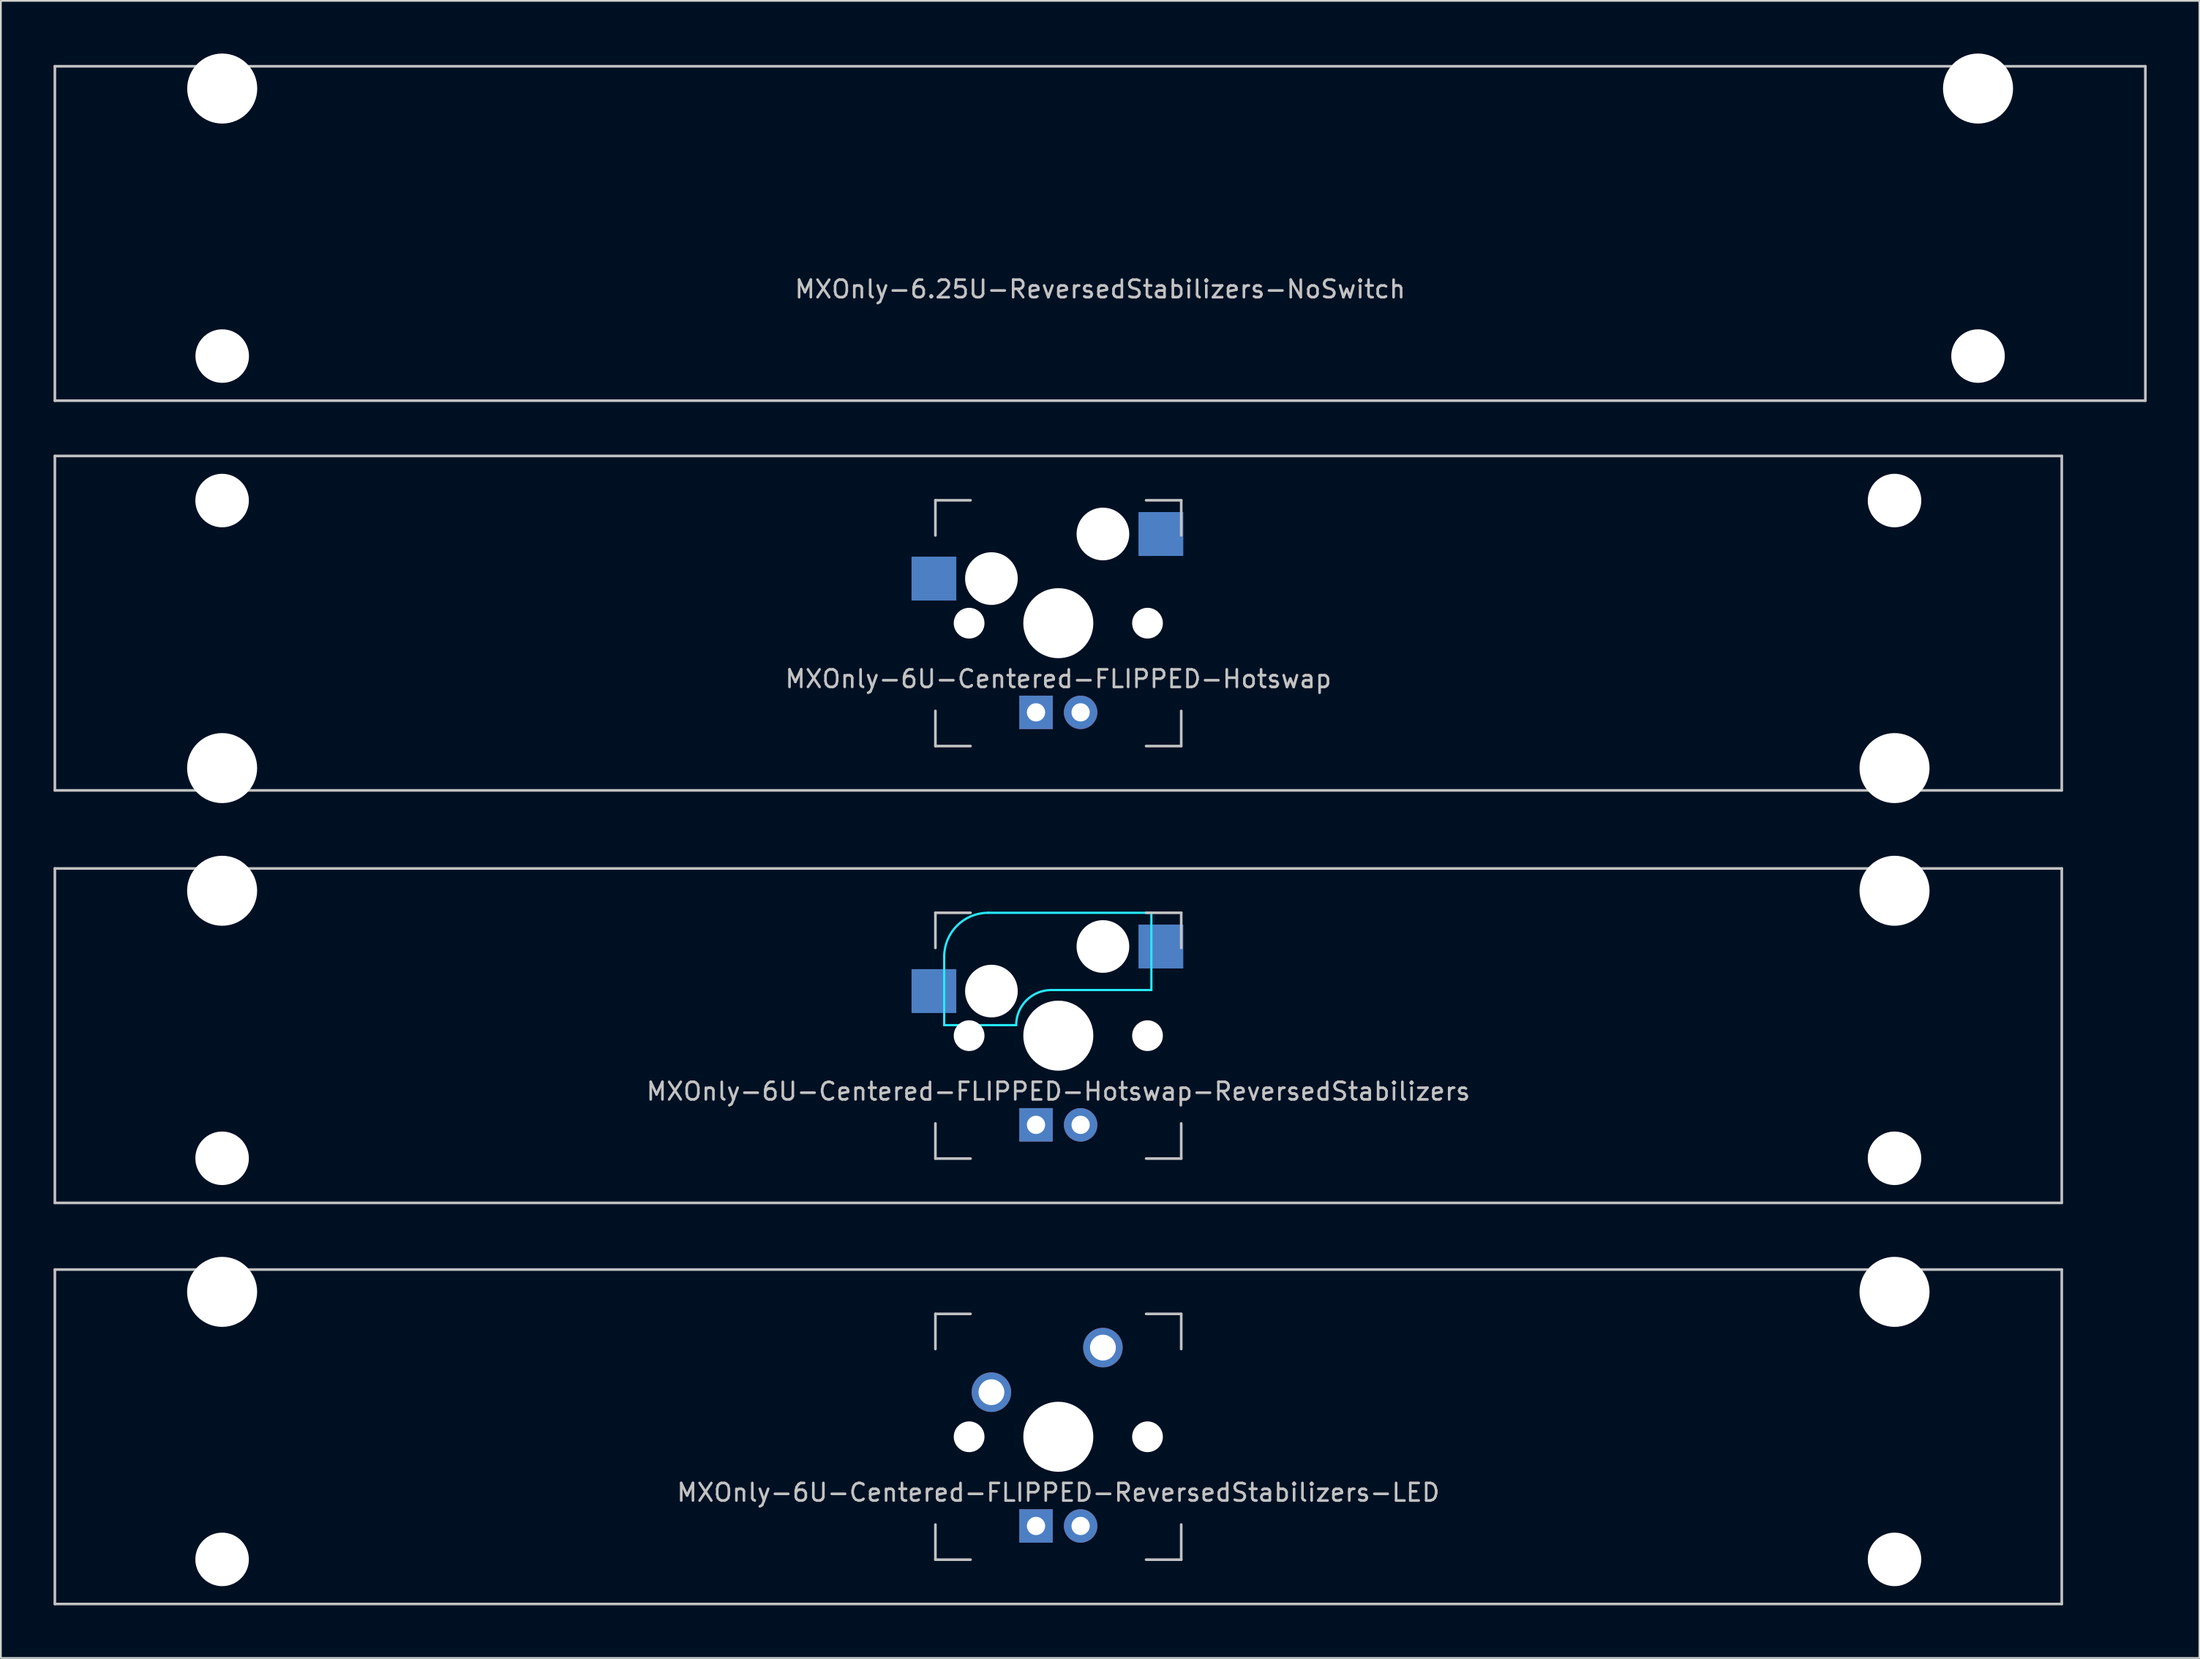
<source format=kicad_pcb>
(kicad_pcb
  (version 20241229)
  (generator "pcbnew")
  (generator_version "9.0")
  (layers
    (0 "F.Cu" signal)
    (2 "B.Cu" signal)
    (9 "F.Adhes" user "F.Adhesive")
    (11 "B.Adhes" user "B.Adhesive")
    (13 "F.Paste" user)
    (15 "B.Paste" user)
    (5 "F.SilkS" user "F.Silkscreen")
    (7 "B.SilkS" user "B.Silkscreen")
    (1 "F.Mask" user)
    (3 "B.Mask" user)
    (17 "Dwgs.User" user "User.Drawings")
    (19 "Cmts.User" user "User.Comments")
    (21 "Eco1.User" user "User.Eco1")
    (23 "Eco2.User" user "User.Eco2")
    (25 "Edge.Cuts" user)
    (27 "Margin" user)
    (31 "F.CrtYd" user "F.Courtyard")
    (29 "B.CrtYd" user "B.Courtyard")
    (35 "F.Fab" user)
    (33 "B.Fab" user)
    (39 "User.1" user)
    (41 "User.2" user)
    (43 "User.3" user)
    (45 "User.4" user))
  (footprint "MXOnly-6U-Centered-FLIPPED-ReversedStabilizers-LED"
    (layer "F.Cu")
    (at 57.225 78.796)
    (property "Reference" "MXOnly-6U-Centered-FLIPPED-ReversedStabilizers-LED" (at 0 3.175 0) (layer "Dwgs.User") (effects (font (size 1 1) (thickness 0.15))))
    (attr through_hole)
    (fp_line (start -57.15 -9.525) (end 57.15 -9.525) (stroke (width 0.15) (type solid)) (layer "Dwgs.User"))
    (fp_line (start -57.15 9.525) (end -57.15 -9.525) (stroke (width 0.15) (type solid)) (layer "Dwgs.User"))
    (fp_line (start -57.15 9.525) (end 57.15 9.525) (stroke (width 0.15) (type solid)) (layer "Dwgs.User"))
    (fp_line (start -7 -7) (end -7 -5) (stroke (width 0.15) (type solid)) (layer "Dwgs.User"))
    (fp_line (start -7 5) (end -7 7) (stroke (width 0.15) (type solid)) (layer "Dwgs.User"))
    (fp_line (start -7 7) (end -5 7) (stroke (width 0.15) (type solid)) (layer "Dwgs.User"))
    (fp_line (start -5 -7) (end -7 -7) (stroke (width 0.15) (type solid)) (layer "Dwgs.User"))
    (fp_line (start 5 -7) (end 7 -7) (stroke (width 0.15) (type solid)) (layer "Dwgs.User"))
    (fp_line (start 5 7) (end 7 7) (stroke (width 0.15) (type solid)) (layer "Dwgs.User"))
    (fp_line (start 7 -7) (end 7 -5) (stroke (width 0.15) (type solid)) (layer "Dwgs.User"))
    (fp_line (start 7 7) (end 7 5) (stroke (width 0.15) (type solid)) (layer "Dwgs.User"))
    (fp_line (start 57.15 -9.525) (end 57.15 9.525) (stroke (width 0.15) (type solid)) (layer "Dwgs.User"))
    (pad "" np_thru_hole circle (at -47.625 -8.255) (size 3.988 3.988) (drill 3.988) (layers "*.Cu" "*.Mask"))
    (pad "" np_thru_hole circle (at -47.625 6.985) (size 3.048 3.048) (drill 3.048) (layers "*.Cu" "*.Mask"))
    (pad "" np_thru_hole circle (at -5.08 0 48.1) (size 1.75 1.75) (drill 1.75) (layers "*.Cu" "*.Mask"))
    (pad "" np_thru_hole circle (at 0 0) (size 3.988 3.988) (drill 3.988) (layers "*.Cu" "*.Mask"))
    (pad "" np_thru_hole circle (at 5.08 0 48.1) (size 1.75 1.75) (drill 1.75) (layers "*.Cu" "*.Mask"))
    (pad "" np_thru_hole circle (at 47.625 -8.255) (size 3.988 3.988) (drill 3.988) (layers "*.Cu" "*.Mask"))
    (pad "" np_thru_hole circle (at 47.625 6.985) (size 3.048 3.048) (drill 3.048) (layers "*.Cu" "*.Mask"))
    (pad "1" thru_hole circle (at -3.81 -2.54) (size 2.25 2.25) (drill 1.47) (layers "*.Cu" "B.Mask"))
    (pad "2" thru_hole circle (at 2.54 -5.08) (size 2.25 2.25) (drill 1.47) (layers "*.Cu" "B.Mask"))
    (pad "3" thru_hole circle (at 1.27 5.08) (size 1.905 1.905) (drill 1.04) (layers "*.Cu" "B.Mask"))
    (pad "4" thru_hole rect (at -1.27 5.08) (size 1.905 1.905) (drill 1.04) (layers "*.Cu" "B.Mask")))
  (footprint "MXOnly-6U-Centered-FLIPPED-Hotswap-ReversedStabilizers"
    (layer "F.Cu")
    (at 57.225 55.947)
    (property "Reference" "MXOnly-6U-Centered-FLIPPED-Hotswap-ReversedStabilizers" (at 0 3.175 0) (layer "Dwgs.User") (effects (font (size 1 1) (thickness 0.15))))
    (attr through_hole)
    (fp_line (start -57.15 -9.525) (end 57.15 -9.525) (stroke (width 0.15) (type solid)) (layer "Dwgs.User"))
    (fp_line (start -57.15 9.525) (end -57.15 -9.525) (stroke (width 0.15) (type solid)) (layer "Dwgs.User"))
    (fp_line (start -57.15 9.525) (end 57.15 9.525) (stroke (width 0.15) (type solid)) (layer "Dwgs.User"))
    (fp_line (start -7 -7) (end -7 -5) (stroke (width 0.15) (type solid)) (layer "Dwgs.User"))
    (fp_line (start -7 5) (end -7 7) (stroke (width 0.15) (type solid)) (layer "Dwgs.User"))
    (fp_line (start -7 7) (end -5 7) (stroke (width 0.15) (type solid)) (layer "Dwgs.User"))
    (fp_line (start -5 -7) (end -7 -7) (stroke (width 0.15) (type solid)) (layer "Dwgs.User"))
    (fp_line (start 5 -7) (end 7 -7) (stroke (width 0.15) (type solid)) (layer "Dwgs.User"))
    (fp_line (start 5 7) (end 7 7) (stroke (width 0.15) (type solid)) (layer "Dwgs.User"))
    (fp_line (start 7 -7) (end 7 -5) (stroke (width 0.15) (type solid)) (layer "Dwgs.User"))
    (fp_line (start 7 7) (end 7 5) (stroke (width 0.15) (type solid)) (layer "Dwgs.User"))
    (fp_line (start 57.15 -9.525) (end 57.15 9.525) (stroke (width 0.15) (type solid)) (layer "Dwgs.User"))
    (fp_line (start -6.5 -4.5) (end -6.5 -0.6) (stroke (width 0.127) (type solid)) (layer "B.CrtYd"))
    (fp_line (start -6.5 -0.6) (end -2.4 -0.6) (stroke (width 0.127) (type solid)) (layer "B.CrtYd"))
    (fp_line (start -0.4 -2.6) (end 5.3 -2.6) (stroke (width 0.127) (type solid)) (layer "B.CrtYd"))
    (fp_line (start 5.3 -7) (end -4 -7) (stroke (width 0.127) (type solid)) (layer "B.CrtYd"))
    (fp_line (start 5.3 -7) (end 5.3 -2.6) (stroke (width 0.127) (type solid)) (layer "B.CrtYd"))
    (fp_arc (start -6.5 -4.5) (mid -5.767767 -6.267767) (end -4 -7) (stroke (width 0.127) (type solid)) (layer "B.CrtYd"))
    (fp_arc (start -2.4 -0.6) (mid -1.814214 -2.014214) (end -0.4 -2.6) (stroke (width 0.127) (type solid)) (layer "B.CrtYd"))
    (pad "" np_thru_hole circle (at -47.625 -8.255) (size 3.988 3.988) (drill 3.988) (layers "*.Cu" "*.Mask"))
    (pad "" np_thru_hole circle (at -47.625 6.985) (size 3.048 3.048) (drill 3.048) (layers "*.Cu" "*.Mask"))
    (pad "" np_thru_hole circle (at -5.08 0 48.1) (size 1.75 1.75) (drill 1.75) (layers "*.Cu" "*.Mask"))
    (pad "" np_thru_hole circle (at -3.81 -2.54) (size 3 3) (drill 3) (layers "*.Cu" "*.Mask"))
    (pad "" np_thru_hole circle (at 0 0) (size 3.988 3.988) (drill 3.988) (layers "*.Cu" "*.Mask"))
    (pad "" np_thru_hole circle (at 2.54 -5.08) (size 3 3) (drill 3) (layers "*.Cu" "*.Mask"))
    (pad "" np_thru_hole circle (at 5.08 0 48.1) (size 1.75 1.75) (drill 1.75) (layers "*.Cu" "*.Mask"))
    (pad "" np_thru_hole circle (at 47.625 -8.255) (size 3.988 3.988) (drill 3.988) (layers "*.Cu" "*.Mask"))
    (pad "" np_thru_hole circle (at 47.625 6.985) (size 3.048 3.048) (drill 3.048) (layers "*.Cu" "*.Mask"))
    (pad "1" smd rect (at -7.085 -2.54) (size 2.55 2.5) (layers "B.Cu" "B.Mask" "B.Paste"))
    (pad "2" smd rect (at 5.842 -5.08) (size 2.55 2.5) (layers "B.Cu" "B.Mask" "B.Paste"))
    (pad "3" thru_hole circle (at 1.27 5.08) (size 1.905 1.905) (drill 1.04) (layers "*.Cu" "B.Mask"))
    (pad "4" thru_hole rect (at -1.27 5.08) (size 1.905 1.905) (drill 1.04) (layers "*.Cu" "B.Mask")))
  (footprint "MXOnly-6.25U-ReversedStabilizers-NoSwitch"
    (layer "F.Cu")
    (at 59.606 10.249)
    (property "Reference" "MXOnly-6.25U-ReversedStabilizers-NoSwitch" (at 0 3.175 0) (layer "Dwgs.User") (effects (font (size 1 1) (thickness 0.15))))
    (attr through_hole)
    (fp_line (start -59.531 -9.525) (end 59.531 -9.525) (stroke (width 0.15) (type solid)) (layer "Dwgs.User"))
    (fp_line (start -59.531 9.525) (end -59.531 -9.525) (stroke (width 0.15) (type solid)) (layer "Dwgs.User"))
    (fp_line (start -59.531 9.525) (end 59.531 9.525) (stroke (width 0.15) (type solid)) (layer "Dwgs.User"))
    (fp_line (start 59.531 -9.525) (end 59.531 9.525) (stroke (width 0.15) (type solid)) (layer "Dwgs.User"))
    (pad "" np_thru_hole circle (at -50 -8.255) (size 3.988 3.988) (drill 3.988) (layers "*.Cu" "*.Mask"))
    (pad "" np_thru_hole circle (at -50 6.985) (size 3.048 3.048) (drill 3.048) (layers "*.Cu" "*.Mask"))
    (pad "" np_thru_hole circle (at 50 -8.255) (size 3.988 3.988) (drill 3.988) (layers "*.Cu" "*.Mask"))
    (pad "" np_thru_hole circle (at 50 6.985) (size 3.048 3.048) (drill 3.048) (layers "*.Cu" "*.Mask")))
  (footprint "MXOnly-6U-Centered-FLIPPED-Hotswap"
    (layer "F.Cu")
    (at 57.225 32.449)
    (property "Reference" "MXOnly-6U-Centered-FLIPPED-Hotswap" (at 0 3.175 0) (layer "Dwgs.User") (effects (font (size 1 1) (thickness 0.15))))
    (attr through_hole)
    (fp_line (start -57.15 -9.525) (end 57.15 -9.525) (stroke (width 0.15) (type solid)) (layer "Dwgs.User"))
    (fp_line (start -57.15 9.525) (end -57.15 -9.525) (stroke (width 0.15) (type solid)) (layer "Dwgs.User"))
    (fp_line (start -57.15 9.525) (end 57.15 9.525) (stroke (width 0.15) (type solid)) (layer "Dwgs.User"))
    (fp_line (start -7 -7) (end -7 -5) (stroke (width 0.15) (type solid)) (layer "Dwgs.User"))
    (fp_line (start -7 5) (end -7 7) (stroke (width 0.15) (type solid)) (layer "Dwgs.User"))
    (fp_line (start -7 7) (end -5 7) (stroke (width 0.15) (type solid)) (layer "Dwgs.User"))
    (fp_line (start -5 -7) (end -7 -7) (stroke (width 0.15) (type solid)) (layer "Dwgs.User"))
    (fp_line (start 5 -7) (end 7 -7) (stroke (width 0.15) (type solid)) (layer "Dwgs.User"))
    (fp_line (start 5 7) (end 7 7) (stroke (width 0.15) (type solid)) (layer "Dwgs.User"))
    (fp_line (start 7 -7) (end 7 -5) (stroke (width 0.15) (type solid)) (layer "Dwgs.User"))
    (fp_line (start 7 7) (end 7 5) (stroke (width 0.15) (type solid)) (layer "Dwgs.User"))
    (fp_line (start 57.15 -9.525) (end 57.15 9.525) (stroke (width 0.15) (type solid)) (layer "Dwgs.User"))
    (pad "" np_thru_hole circle (at -47.625 -6.985) (size 3.048 3.048) (drill 3.048) (layers "*.Cu" "*.Mask"))
    (pad "" np_thru_hole circle (at -47.625 8.255) (size 3.988 3.988) (drill 3.988) (layers "*.Cu" "*.Mask"))
    (pad "" np_thru_hole circle (at -5.08 0 48.1) (size 1.75 1.75) (drill 1.75) (layers "*.Cu" "*.Mask"))
    (pad "" np_thru_hole circle (at -3.81 -2.54) (size 3 3) (drill 3) (layers "*.Cu" "*.Mask"))
    (pad "" np_thru_hole circle (at 0 0) (size 3.988 3.988) (drill 3.988) (layers "*.Cu" "*.Mask"))
    (pad "" np_thru_hole circle (at 2.54 -5.08) (size 3 3) (drill 3) (layers "*.Cu" "*.Mask"))
    (pad "" np_thru_hole circle (at 5.08 0 48.1) (size 1.75 1.75) (drill 1.75) (layers "*.Cu" "*.Mask"))
    (pad "" np_thru_hole circle (at 47.625 -6.985) (size 3.048 3.048) (drill 3.048) (layers "*.Cu" "*.Mask"))
    (pad "" np_thru_hole circle (at 47.625 8.255) (size 3.988 3.988) (drill 3.988) (layers "*.Cu" "*.Mask"))
    (pad "1" smd rect (at -7.085 -2.54) (size 2.55 2.5) (layers "B.Cu" "B.Mask" "B.Paste"))
    (pad "2" smd rect (at 5.842 -5.08) (size 2.55 2.5) (layers "B.Cu" "B.Mask" "B.Paste"))
    (pad "3" thru_hole circle (at 1.27 5.08) (size 1.905 1.905) (drill 1.04) (layers "*.Cu" "B.Mask"))
    (pad "4" thru_hole rect (at -1.27 5.08) (size 1.905 1.905) (drill 1.04) (layers "*.Cu" "B.Mask")))
  (gr_rect
    (start -3 -3)
    (end 122.213 91.396)
    (stroke (width 0.1) (type default))
    (fill no)
    (layer "Edge.Cuts")))
</source>
